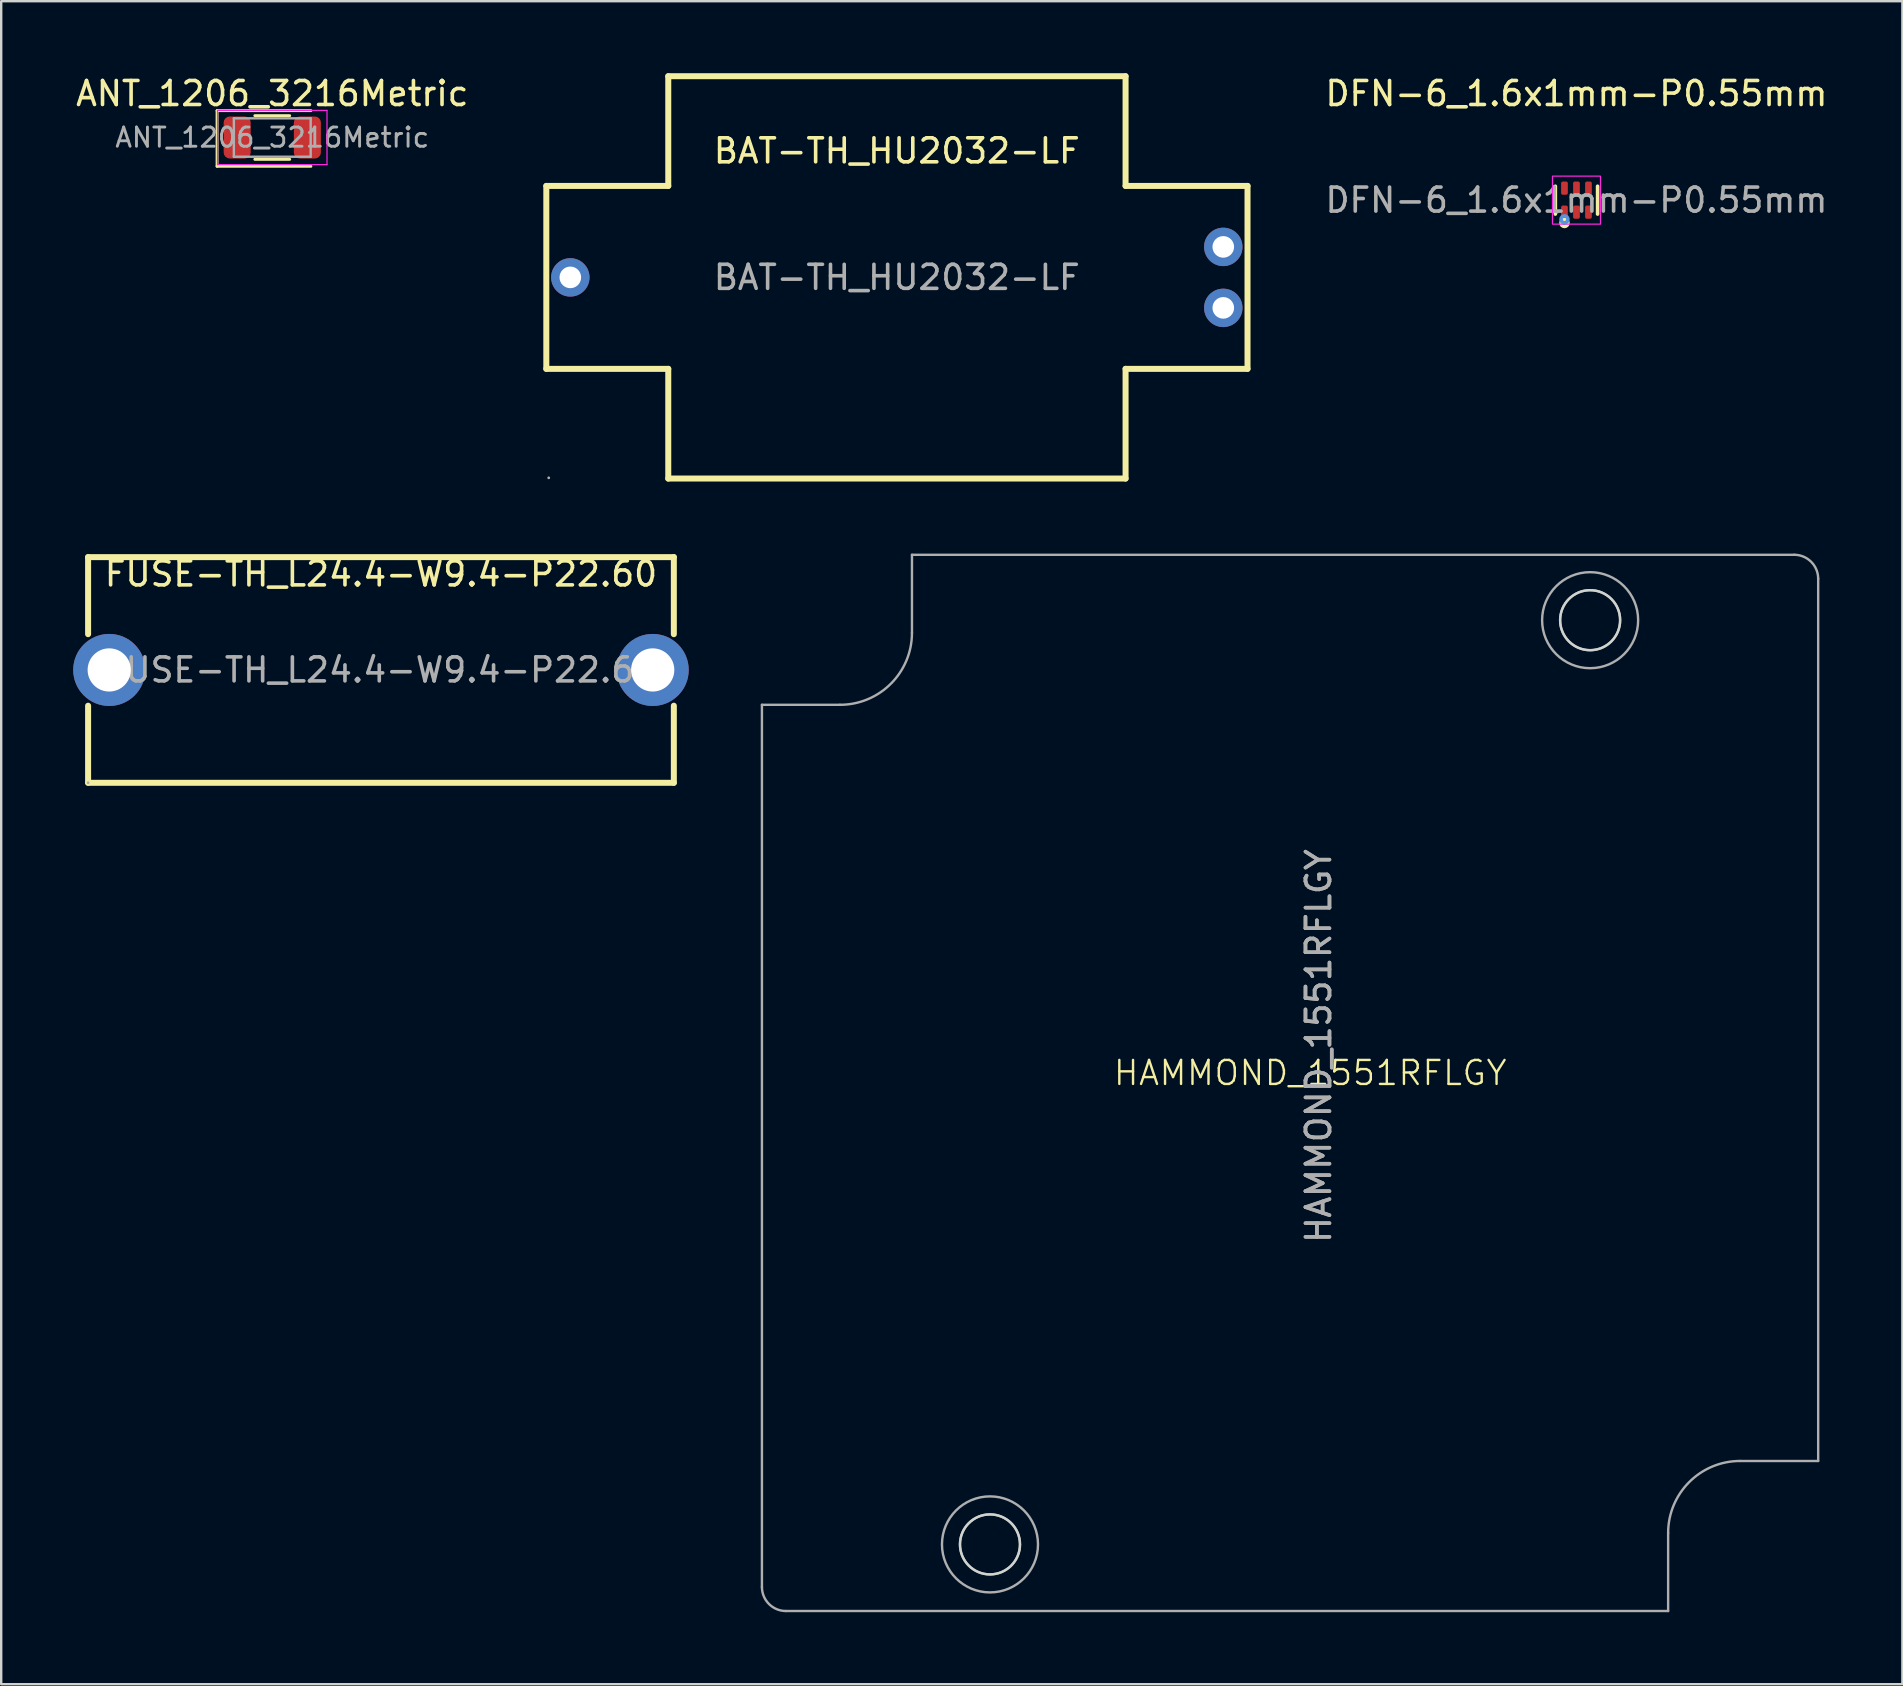
<source format=kicad_pcb>
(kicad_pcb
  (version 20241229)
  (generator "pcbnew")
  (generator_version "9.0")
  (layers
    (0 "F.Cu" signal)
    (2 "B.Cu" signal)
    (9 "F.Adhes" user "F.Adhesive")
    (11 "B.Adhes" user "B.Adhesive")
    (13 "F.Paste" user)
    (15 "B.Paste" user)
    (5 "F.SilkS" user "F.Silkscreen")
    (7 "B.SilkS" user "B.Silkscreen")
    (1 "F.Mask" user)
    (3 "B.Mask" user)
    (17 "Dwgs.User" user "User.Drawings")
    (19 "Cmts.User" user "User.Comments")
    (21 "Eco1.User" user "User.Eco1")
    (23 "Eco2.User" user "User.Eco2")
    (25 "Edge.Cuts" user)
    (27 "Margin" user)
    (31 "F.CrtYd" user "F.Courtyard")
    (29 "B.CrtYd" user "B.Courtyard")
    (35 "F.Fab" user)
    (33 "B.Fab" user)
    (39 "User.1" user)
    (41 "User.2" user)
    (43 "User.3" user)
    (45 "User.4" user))
  (footprint "FUSE-TH_L24.4-W9.4-P22.60"
    (layer "F.Cu")
    (at 12.82 24.858)
    (property "Reference" "FUSE-TH_L24.4-W9.4-P22.60" (at 0 -4 0) (layer "F.SilkS") (effects (font (size 1 1) (thickness 0.15))))
    (attr through_hole)
    (fp_line (start -12.2 -1.49) (end -12.2 -4.7) (stroke (width 0.25) (type solid)) (layer "F.SilkS"))
    (fp_line (start -12.2 4.7) (end -12.2 1.49) (stroke (width 0.25) (type solid)) (layer "F.SilkS"))
    (fp_line (start 12.2 -4.7) (end -12.2 -4.7) (stroke (width 0.25) (type solid)) (layer "F.SilkS"))
    (fp_line (start 12.2 -1.49) (end 12.2 -4.7) (stroke (width 0.25) (type solid)) (layer "F.SilkS"))
    (fp_line (start 12.2 4.7) (end -12.2 4.7) (stroke (width 0.25) (type solid)) (layer "F.SilkS"))
    (fp_line (start 12.2 4.7) (end 12.2 1.49) (stroke (width 0.25) (type solid)) (layer "F.SilkS"))
    (fp_circle (center -12.2 4.7) (end -12.17 4.7) (stroke (width 0.06) (type solid)) (fill no) (layer "F.Fab"))
    (fp_text user "${REFERENCE}" (at 0 0 0) (layer "F.Fab") (effects (font (size 1 1) (thickness 0.15))))
    (pad "1" thru_hole circle (at -11.32 0) (size 3 3) (drill 1.8) (layers "*.Cu" "*.Mask"))
    (pad "2" thru_hole circle (at 11.32 0) (size 3 3) (drill 1.8) (layers "*.Cu" "*.Mask")))
  (footprint "HAMMOND_1551RFLGY"
    (layer "F.Cu")
    (at 50.73 42.095)
    (property "Reference" "HAMMOND_1551RFLGY" (at 0.8 -0.45 0) (unlocked yes) (layer "F.SilkS") (effects (font (size 1 1) (thickness 0.1))))
    (attr smd)
    (fp_circle (center -12.54 19.19) (end -12.54 17.94) (stroke (width 0.1) (type default)) (fill no) (layer "Edge.Cuts"))
    (fp_circle (center 12.46 -19.31) (end 12.46 -20.56) (stroke (width 0.1) (type default)) (fill no) (layer "Edge.Cuts"))
    (fp_line (start -22.04 -15.785) (end -18.79 -15.785) (stroke (width 0.1) (type default)) (layer "F.Fab"))
    (fp_line (start -22.04 20.965) (end -22.04 -15.785) (stroke (width 0.1) (type default)) (layer "F.Fab"))
    (fp_line (start -15.79 -22.035) (end 20.96 -22.035) (stroke (width 0.1) (type default)) (layer "F.Fab"))
    (fp_line (start -15.79 -18.785) (end -15.79 -22.035) (stroke (width 0.1) (type default)) (layer "F.Fab"))
    (fp_line (start 15.71 18.715) (end 15.71 21.965) (stroke (width 0.1) (type default)) (layer "F.Fab"))
    (fp_line (start 15.71 21.965) (end -21.04 21.965) (stroke (width 0.1) (type default)) (layer "F.Fab"))
    (fp_line (start 18.71 15.715) (end 21.96 15.715) (stroke (width 0.1) (type default)) (layer "F.Fab"))
    (fp_line (start 21.96 -21.035) (end 21.96 15.715) (stroke (width 0.1) (type default)) (layer "F.Fab"))
    (fp_arc (start -21.04 21.965) (mid -21.747107 21.672107) (end -22.04 20.965) (stroke (width 0.1) (type default)) (layer "F.Fab"))
    (fp_arc (start -15.79 -18.785) (mid -16.66868 -16.66368) (end -18.79 -15.785) (stroke (width 0.1) (type default)) (layer "F.Fab"))
    (fp_arc (start 15.71 18.715) (mid 16.588557 16.593557) (end 18.71 15.714999) (stroke (width 0.1) (type default)) (layer "F.Fab"))
    (fp_arc (start 20.96 -22.035) (mid 21.667107 -21.742107) (end 21.96 -21.035) (stroke (width 0.1) (type default)) (layer "F.Fab"))
    (fp_circle (center -12.54 19.19) (end -11.29 19.19) (stroke (width 0.1) (type default)) (fill no) (layer "F.Fab"))
    (fp_circle (center -12.54 19.19) (end -10.54 19.19) (stroke (width 0.1) (type default)) (fill no) (layer "F.Fab"))
    (fp_circle (center 12.46 -19.31) (end 13.71 -19.31) (stroke (width 0.1) (type default)) (fill no) (layer "F.Fab"))
    (fp_circle (center 12.46 -19.31) (end 14.46 -19.31) (stroke (width 0.1) (type default)) (fill no) (layer "F.Fab"))
    (fp_text user "${REFERENCE}" (at 1.147 -1.573 90) (unlocked yes) (layer "F.Fab") (effects (font (size 1 1) (thickness 0.15))))
    (fp_text user "${REFERENCE}" (at 1.147 -1.573 90) (unlocked yes) (layer "F.Fab") (effects (font (size 1 1) (thickness 0.15)))))
  (footprint "BAT-TH_HU2032-LF"
    (layer "F.Cu")
    (at 34.308 8.505)
    (property "Reference" "BAT-TH_HU2032-LF" (at 0 -5.27 0) (layer "F.SilkS") (effects (font (size 1 1) (thickness 0.15))))
    (attr through_hole)
    (fp_line (start -14.6 -3.81) (end -9.52 -3.81) (stroke (width 0.25) (type solid)) (layer "F.SilkS"))
    (fp_line (start -14.6 3.81) (end -14.6 -3.81) (stroke (width 0.25) (type solid)) (layer "F.SilkS"))
    (fp_line (start -9.52 -8.38) (end 9.53 -8.38) (stroke (width 0.25) (type solid)) (layer "F.SilkS"))
    (fp_line (start -9.52 -3.81) (end -9.52 -8.38) (stroke (width 0.25) (type solid)) (layer "F.SilkS"))
    (fp_line (start -9.52 3.81) (end -14.6 3.81) (stroke (width 0.25) (type solid)) (layer "F.SilkS"))
    (fp_line (start -9.52 8.38) (end -9.52 3.81) (stroke (width 0.25) (type solid)) (layer "F.SilkS"))
    (fp_line (start 9.53 -8.38) (end 9.53 -3.81) (stroke (width 0.25) (type solid)) (layer "F.SilkS"))
    (fp_line (start 9.53 -3.81) (end 14.61 -3.81) (stroke (width 0.25) (type solid)) (layer "F.SilkS"))
    (fp_line (start 9.53 3.81) (end 9.53 8.38) (stroke (width 0.25) (type solid)) (layer "F.SilkS"))
    (fp_line (start 9.53 8.38) (end -9.52 8.38) (stroke (width 0.25) (type solid)) (layer "F.SilkS"))
    (fp_line (start 14.61 -3.81) (end 14.61 3.81) (stroke (width 0.25) (type solid)) (layer "F.SilkS"))
    (fp_line (start 14.61 3.81) (end 9.53 3.81) (stroke (width 0.25) (type solid)) (layer "F.SilkS"))
    (fp_circle (center -14.5 8.35) (end -14.47 8.35) (stroke (width 0.06) (type solid)) (fill no) (layer "F.Fab"))
    (fp_circle (center -13.6 0) (end -13.48 0) (stroke (width 0.25) (type solid)) (fill no) (layer "F.Fab"))
    (fp_circle (center 13.6 -1.27) (end 13.72 -1.27) (stroke (width 0.25) (type solid)) (fill no) (layer "F.Fab"))
    (fp_circle (center 13.6 1.27) (end 13.72 1.27) (stroke (width 0.25) (type solid)) (fill no) (layer "F.Fab"))
    (fp_text user "${REFERENCE}" (at 0 0 0) (layer "F.Fab") (effects (font (size 1 1) (thickness 0.15))))
    (pad "1" thru_hole circle (at -13.6 0) (size 1.6 1.6) (drill 0.9) (layers "*.Cu" "*.Mask"))
    (pad "2" thru_hole circle (at 13.6 1.27) (size 1.6 1.6) (drill 0.9) (layers "*.Cu" "*.Mask"))
    (pad "3" thru_hole circle (at 13.6 -1.27) (size 1.6 1.6) (drill 0.9) (layers "*.Cu" "*.Mask")))
  (footprint "ANT_1206_3216Metric"
    (layer "F.Cu")
    (at 8.292 2.678)
    (property "Reference" "ANT_1206_3216Metric" (at 0 -1.83 0) (layer "F.SilkS") (effects (font (size 1 1) (thickness 0.15))))
    (attr smd)
    (fp_line (start -2.3 -1.12) (end -2.3 1.2) (stroke (width 0.12) (type solid)) (layer "F.SilkS"))
    (fp_line (start -2.3 1.2) (end 1.61 1.2) (stroke (width 0.12) (type solid)) (layer "F.SilkS"))
    (fp_line (start -0.727 -0.91) (end 0.727 -0.91) (stroke (width 0.12) (type solid)) (layer "F.SilkS"))
    (fp_line (start -0.727 0.91) (end 0.727 0.91) (stroke (width 0.12) (type solid)) (layer "F.SilkS"))
    (fp_line (start 1.61 -1.12) (end -2.3 -1.12) (stroke (width 0.12) (type solid)) (layer "F.SilkS"))
    (fp_line (start -2.28 -1.13) (end 2.28 -1.13) (stroke (width 0.05) (type solid)) (layer "F.CrtYd"))
    (fp_line (start -2.28 1.13) (end -2.28 -1.13) (stroke (width 0.05) (type solid)) (layer "F.CrtYd"))
    (fp_line (start 2.28 -1.13) (end 2.28 1.13) (stroke (width 0.05) (type solid)) (layer "F.CrtYd"))
    (fp_line (start 2.28 1.13) (end -2.28 1.13) (stroke (width 0.05) (type solid)) (layer "F.CrtYd"))
    (fp_line (start -1.6 -0.8) (end 1.6 -0.8) (stroke (width 0.1) (type solid)) (layer "F.Fab"))
    (fp_line (start -1.6 0.8) (end -1.6 -0.8) (stroke (width 0.1) (type solid)) (layer "F.Fab"))
    (fp_line (start 1.6 -0.8) (end 1.6 0.8) (stroke (width 0.1) (type solid)) (layer "F.Fab"))
    (fp_line (start 1.6 0.8) (end -1.6 0.8) (stroke (width 0.1) (type solid)) (layer "F.Fab"))
    (fp_text user "${REFERENCE}" (at 0 0 0) (layer "F.Fab") (effects (font (size 0.8 0.8) (thickness 0.12))))
    (pad "1" smd roundrect (at -1.462 0) (size 1.125 1.75) (layers "F.Cu" "F.Mask" "F.Paste") (roundrect_rratio 0.222))
    (pad "2" smd roundrect (at 1.462 0) (size 1.125 1.75) (layers "F.Cu" "F.Mask" "F.Paste") (roundrect_rratio 0.222)))
  (footprint "DFN-6_1.6x1mm-P0.55mm"
    (layer "F.Cu")
    (at 62.621 5.288)
    (property "Reference" "DFN-6_1.6x1mm-P0.55mm" (at 0 -4.44 0) (layer "F.SilkS") (effects (font (size 1 1) (thickness 0.15))))
    (attr smd)
    (fp_line (start -0.88 0.58) (end -0.88 -0.58) (stroke (width 0.15) (type solid)) (layer "F.SilkS"))
    (fp_line (start 0.88 0.58) (end 0.88 -0.58) (stroke (width 0.15) (type solid)) (layer "F.SilkS"))
    (fp_circle (center -0.5 0.95) (end -0.43 0.95) (stroke (width 0.15) (type solid)) (fill no) (layer "F.SilkS"))
    (fp_circle (center -0.5 0.8) (end -0.43 0.8) (stroke (width 0.15) (type solid)) (fill no) (layer "Cmts.User"))
    (fp_rect (start -1 -1) (end 1 1) (stroke (width 0.05) (type default)) (fill no) (layer "F.CrtYd"))
    (fp_circle (center -0.8 0.5) (end -0.77 0.5) (stroke (width 0.06) (type solid)) (fill no) (layer "F.Fab"))
    (fp_text user "${REFERENCE}" (at 0 0 0) (layer "F.Fab") (effects (font (size 1 1) (thickness 0.15))))
    (pad "1" smd roundrect (at -0.5 0.5) (size 0.28 0.55) (layers "F.Cu" "F.Mask" "F.Paste") (roundrect_rratio 0.25))
    (pad "2" smd roundrect (at 0 0.5) (size 0.28 0.55) (layers "F.Cu" "F.Mask" "F.Paste") (roundrect_rratio 0.25))
    (pad "3" smd roundrect (at 0.5 0.5) (size 0.28 0.55) (layers "F.Cu" "F.Mask" "F.Paste") (roundrect_rratio 0.25))
    (pad "4" smd roundrect (at 0.5 -0.5) (size 0.28 0.55) (layers "F.Cu" "F.Mask" "F.Paste") (roundrect_rratio 0.25))
    (pad "5" smd roundrect (at 0 -0.5) (size 0.28 0.55) (layers "F.Cu" "F.Mask" "F.Paste") (roundrect_rratio 0.25))
    (pad "6" smd roundrect (at -0.5 -0.5) (size 0.28 0.55) (layers "F.Cu" "F.Mask" "F.Paste") (roundrect_rratio 0.25)))
  (gr_rect
    (start -3 -3)
    (end 76.198 67.11)
    (stroke (width 0.1) (type default))
    (fill no)
    (layer "Edge.Cuts")))
</source>
